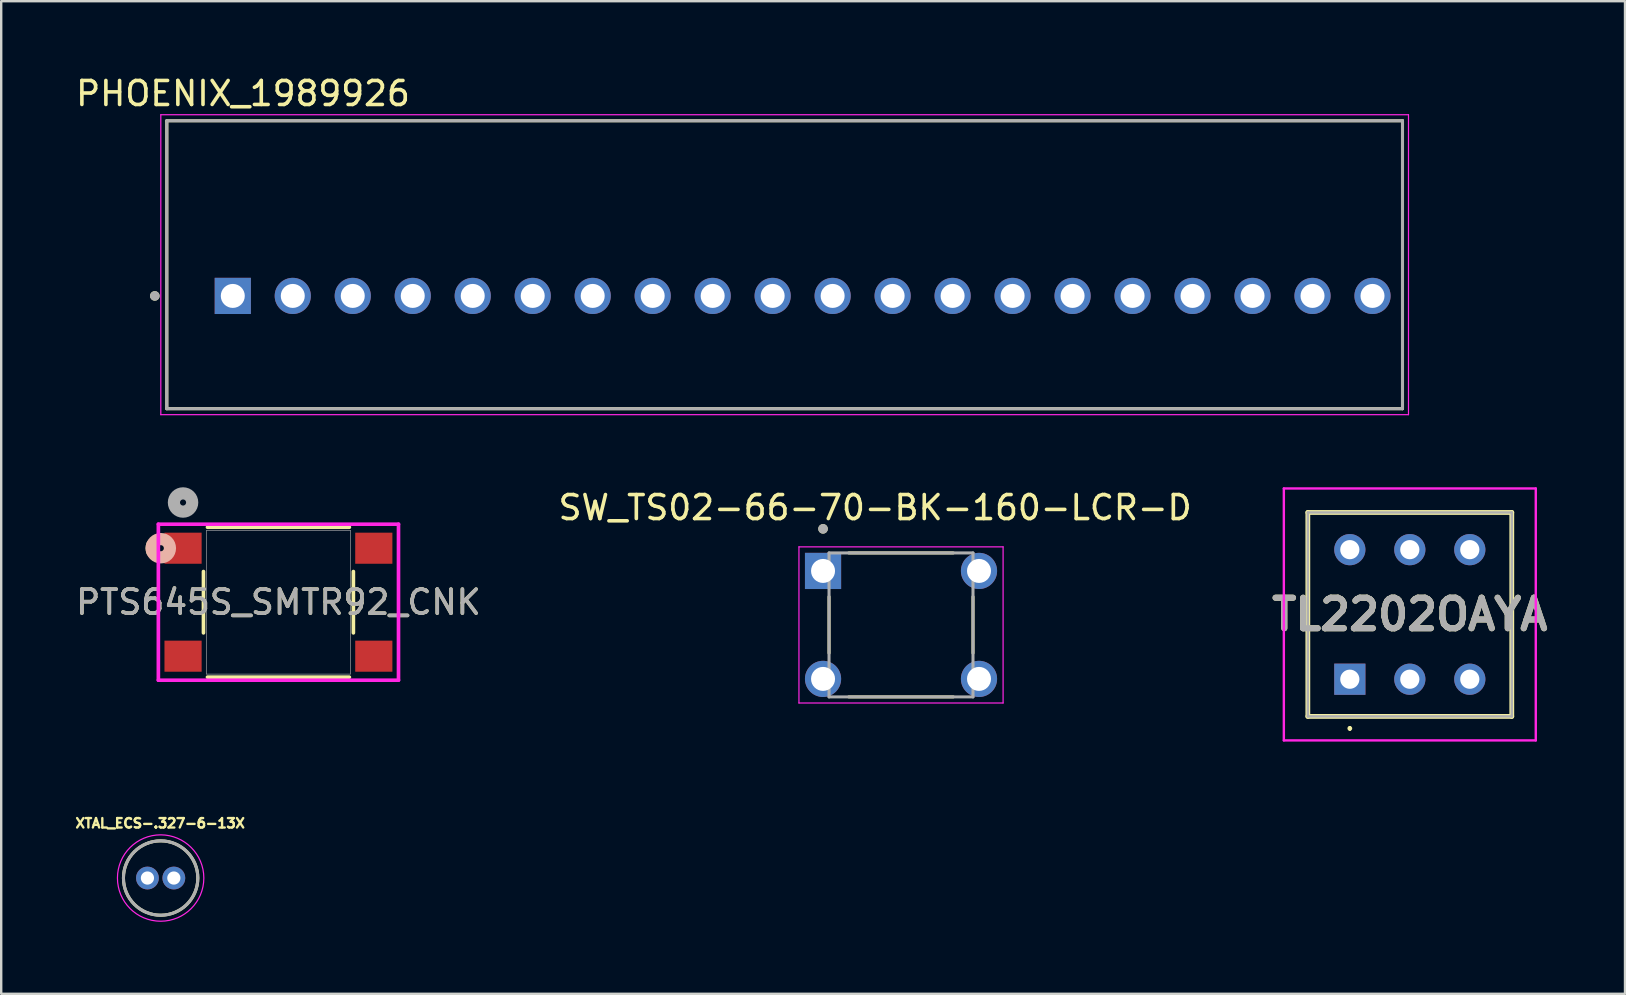
<source format=kicad_pcb>
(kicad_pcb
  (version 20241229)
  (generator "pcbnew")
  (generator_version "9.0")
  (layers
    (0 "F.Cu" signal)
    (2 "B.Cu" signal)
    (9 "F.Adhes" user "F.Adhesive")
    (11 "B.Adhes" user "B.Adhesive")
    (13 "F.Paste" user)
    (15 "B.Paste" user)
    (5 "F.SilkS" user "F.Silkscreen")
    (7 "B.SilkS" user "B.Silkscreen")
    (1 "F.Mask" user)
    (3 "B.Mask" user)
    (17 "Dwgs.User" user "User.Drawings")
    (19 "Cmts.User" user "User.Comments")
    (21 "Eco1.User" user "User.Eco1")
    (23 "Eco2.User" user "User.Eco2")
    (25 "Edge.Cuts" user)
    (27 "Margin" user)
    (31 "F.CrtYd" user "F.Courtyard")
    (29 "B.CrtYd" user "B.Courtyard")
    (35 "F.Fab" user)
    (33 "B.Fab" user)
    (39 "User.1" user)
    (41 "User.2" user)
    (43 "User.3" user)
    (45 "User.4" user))
  (footprint "PTS645S_SMTR92_CNK"
    (layer "F.Cu")
    (at 8.554 22.048)
    (property "Reference" "PTS645S_SMTR92_CNK" (at 0 0 0) (unlocked yes) (layer "F.SilkS") (effects (font (size 1 1) (thickness 0.15))))
    (attr smd)
    (fp_line (start -3.124 -1.278) (end -3.124 1.278) (stroke (width 0.152) (type solid)) (layer "F.SilkS"))
    (fp_line (start -2.957 3.124) (end 2.957 3.124) (stroke (width 0.152) (type solid)) (layer "F.SilkS"))
    (fp_line (start 2.957 -3.124) (end -2.957 -3.124) (stroke (width 0.152) (type solid)) (layer "F.SilkS"))
    (fp_line (start 3.124 1.278) (end 3.124 -1.278) (stroke (width 0.152) (type solid)) (layer "F.SilkS"))
    (fp_arc (start -5.260238 -2.119734) (mid -5.2832 -2.250001) (end -5.260238 -2.380268) (stroke (width 0.508) (type solid)) (layer "F.SilkS"))
    (fp_circle (center -4.902 -2.25) (end -4.521 -2.25) (stroke (width 0.508) (type solid)) (fill no) (layer "B.SilkS"))
    (fp_line (start -5.004 -3.251) (end -5.004 3.251) (stroke (width 0.152) (type solid)) (layer "F.CrtYd"))
    (fp_line (start -5.004 3.251) (end 5.004 3.251) (stroke (width 0.152) (type solid)) (layer "F.CrtYd"))
    (fp_line (start 5.004 -3.251) (end -5.004 -3.251) (stroke (width 0.152) (type solid)) (layer "F.CrtYd"))
    (fp_line (start 5.004 3.251) (end 5.004 -3.251) (stroke (width 0.152) (type solid)) (layer "F.CrtYd"))
    (fp_line (start -2.997 -2.997) (end -2.997 2.997) (stroke (width 0.025) (type solid)) (layer "F.Fab"))
    (fp_line (start -2.997 2.997) (end 2.997 2.997) (stroke (width 0.025) (type solid)) (layer "F.Fab"))
    (fp_line (start 2.997 -2.997) (end -2.997 -2.997) (stroke (width 0.025) (type solid)) (layer "F.Fab"))
    (fp_line (start 2.997 2.997) (end 2.997 -2.997) (stroke (width 0.025) (type solid)) (layer "F.Fab"))
    (fp_circle (center -3.975 -4.155) (end -3.594 -4.155) (stroke (width 0.508) (type solid)) (fill no) (layer "F.Fab"))
    (fp_text user "${REFERENCE}" (at 0 0 0) (unlocked yes) (layer "F.Fab") (effects (font (size 1 1) (thickness 0.15))))
    (pad "1" smd rect (at -3.975 -2.25) (size 1.549 1.295) (layers "F.Cu" "F.Mask" "F.Paste"))
    (pad "1" smd rect (at 3.975 -2.25) (size 1.549 1.295) (layers "F.Cu" "F.Mask" "F.Paste"))
    (pad "2" smd rect (at -3.975 2.25) (size 1.549 1.295) (layers "F.Cu" "F.Mask" "F.Paste"))
    (pad "2" smd rect (at 3.975 2.25) (size 1.549 1.295) (layers "F.Cu" "F.Mask" "F.Paste")))
  (footprint "TL2202OAYA"
    (layer "F.Cu")
    (at 55.707 22.558)
    (property "Reference" "TL2202OAYA" (at 0 0 0) (layer "F.SilkS") (effects (font (size 1.27 1.27) (thickness 0.254))))
    (attr through_hole)
    (fp_line (start -4.25 -4.25) (end 4.25 -4.25) (stroke (width 0.2) (type solid)) (layer "F.SilkS"))
    (fp_line (start -4.25 4.25) (end -4.25 -4.25) (stroke (width 0.2) (type solid)) (layer "F.SilkS"))
    (fp_line (start -2.5 4.7) (end -2.5 4.7) (stroke (width 0.1) (type solid)) (layer "F.SilkS"))
    (fp_line (start -2.5 4.8) (end -2.5 4.8) (stroke (width 0.1) (type solid)) (layer "F.SilkS"))
    (fp_line (start 4.25 -4.25) (end 4.25 4.25) (stroke (width 0.2) (type solid)) (layer "F.SilkS"))
    (fp_line (start 4.25 4.25) (end -4.25 4.25) (stroke (width 0.2) (type solid)) (layer "F.SilkS"))
    (fp_arc (start -2.5 4.7) (mid -2.45 4.75) (end -2.5 4.8) (stroke (width 0.1) (type solid)) (layer "F.SilkS"))
    (fp_arc (start -2.5 4.8) (mid -2.55 4.75) (end -2.5 4.7) (stroke (width 0.1) (type solid)) (layer "F.SilkS"))
    (fp_line (start -5.25 -5.25) (end 5.25 -5.25) (stroke (width 0.1) (type solid)) (layer "F.CrtYd"))
    (fp_line (start -5.25 5.25) (end -5.25 -5.25) (stroke (width 0.1) (type solid)) (layer "F.CrtYd"))
    (fp_line (start 5.25 -5.25) (end 5.25 5.25) (stroke (width 0.1) (type solid)) (layer "F.CrtYd"))
    (fp_line (start 5.25 5.25) (end -5.25 5.25) (stroke (width 0.1) (type solid)) (layer "F.CrtYd"))
    (fp_line (start -4.25 -4.25) (end 4.25 -4.25) (stroke (width 0.1) (type solid)) (layer "F.Fab"))
    (fp_line (start -4.25 4.25) (end -4.25 -4.25) (stroke (width 0.1) (type solid)) (layer "F.Fab"))
    (fp_line (start 4.25 -4.25) (end 4.25 4.25) (stroke (width 0.1) (type solid)) (layer "F.Fab"))
    (fp_line (start 4.25 4.25) (end -4.25 4.25) (stroke (width 0.1) (type solid)) (layer "F.Fab"))
    (fp_text user "${REFERENCE}" (at 0 0 0) (layer "F.Fab") (effects (font (size 1.27 1.27) (thickness 0.254))))
    (pad "1" thru_hole rect (at -2.5 2.7) (size 1.3 1.3) (drill 0.8) (layers "*.Cu" "*.Mask"))
    (pad "2" thru_hole circle (at 0 2.7) (size 1.3 1.3) (drill 0.8) (layers "*.Cu" "*.Mask"))
    (pad "3" thru_hole circle (at 2.5 2.7) (size 1.3 1.3) (drill 0.8) (layers "*.Cu" "*.Mask"))
    (pad "4" thru_hole circle (at -2.5 -2.7) (size 1.3 1.3) (drill 0.8) (layers "*.Cu" "*.Mask"))
    (pad "5" thru_hole circle (at 0 -2.7) (size 1.3 1.3) (drill 0.8) (layers "*.Cu" "*.Mask"))
    (pad "6" thru_hole circle (at 2.5 -2.7) (size 1.3 1.3) (drill 0.8) (layers "*.Cu" "*.Mask")))
  (footprint "PHOENIX_1989926"
    (layer "F.Cu")
    (at 3.902 13.983)
    (property "Reference" "PHOENIX_1989926" (at 3.175 -13.135 0) (layer "F.SilkS") (effects (font (size 1 1) (thickness 0.15))))
    (attr through_hole)
    (fp_line (start 0 -12) (end 0 0) (stroke (width 0.127) (type solid)) (layer "F.SilkS"))
    (fp_line (start 0 0) (end 51.5 0) (stroke (width 0.127) (type solid)) (layer "F.SilkS"))
    (fp_line (start 51.5 -12) (end 0 -12) (stroke (width 0.127) (type solid)) (layer "F.SilkS"))
    (fp_line (start 51.5 0) (end 51.5 -12) (stroke (width 0.127) (type solid)) (layer "F.SilkS"))
    (fp_circle (center -0.5 -4.7) (end -0.4 -4.7) (stroke (width 0.2) (type solid)) (fill no) (layer "F.SilkS"))
    (fp_line (start -0.25 -12.25) (end -0.25 0.25) (stroke (width 0.05) (type solid)) (layer "F.CrtYd"))
    (fp_line (start -0.25 0.25) (end 51.75 0.25) (stroke (width 0.05) (type solid)) (layer "F.CrtYd"))
    (fp_line (start 51.75 -12.25) (end -0.25 -12.25) (stroke (width 0.05) (type solid)) (layer "F.CrtYd"))
    (fp_line (start 51.75 0.25) (end 51.75 -12.25) (stroke (width 0.05) (type solid)) (layer "F.CrtYd"))
    (fp_line (start 0 -12) (end 0 0) (stroke (width 0.127) (type solid)) (layer "F.Fab"))
    (fp_line (start 0 0) (end 51.5 0) (stroke (width 0.127) (type solid)) (layer "F.Fab"))
    (fp_line (start 51.5 -12) (end 0 -12) (stroke (width 0.127) (type solid)) (layer "F.Fab"))
    (fp_line (start 51.5 0) (end 51.5 -12) (stroke (width 0.127) (type solid)) (layer "F.Fab"))
    (fp_circle (center -0.5 -4.7) (end -0.4 -4.7) (stroke (width 0.2) (type solid)) (fill no) (layer "F.Fab"))
    (pad "1" thru_hole rect (at 2.75 -4.7) (size 1.508 1.508) (drill 1) (layers "*.Cu" "*.Mask"))
    (pad "2" thru_hole circle (at 5.25 -4.7) (size 1.508 1.508) (drill 1) (layers "*.Cu" "*.Mask"))
    (pad "3" thru_hole circle (at 7.75 -4.7) (size 1.508 1.508) (drill 1) (layers "*.Cu" "*.Mask"))
    (pad "4" thru_hole circle (at 10.25 -4.7) (size 1.508 1.508) (drill 1) (layers "*.Cu" "*.Mask"))
    (pad "5" thru_hole circle (at 12.75 -4.7) (size 1.508 1.508) (drill 1) (layers "*.Cu" "*.Mask"))
    (pad "6" thru_hole circle (at 15.25 -4.7) (size 1.508 1.508) (drill 1) (layers "*.Cu" "*.Mask"))
    (pad "7" thru_hole circle (at 17.75 -4.7) (size 1.508 1.508) (drill 1) (layers "*.Cu" "*.Mask"))
    (pad "8" thru_hole circle (at 20.25 -4.7) (size 1.508 1.508) (drill 1) (layers "*.Cu" "*.Mask"))
    (pad "9" thru_hole circle (at 22.75 -4.7) (size 1.508 1.508) (drill 1) (layers "*.Cu" "*.Mask"))
    (pad "10" thru_hole circle (at 25.25 -4.7) (size 1.508 1.508) (drill 1) (layers "*.Cu" "*.Mask"))
    (pad "11" thru_hole circle (at 27.75 -4.7) (size 1.508 1.508) (drill 1) (layers "*.Cu" "*.Mask"))
    (pad "12" thru_hole circle (at 30.25 -4.7) (size 1.508 1.508) (drill 1) (layers "*.Cu" "*.Mask"))
    (pad "13" thru_hole circle (at 32.75 -4.7) (size 1.508 1.508) (drill 1) (layers "*.Cu" "*.Mask"))
    (pad "14" thru_hole circle (at 35.25 -4.7) (size 1.508 1.508) (drill 1) (layers "*.Cu" "*.Mask"))
    (pad "15" thru_hole circle (at 37.75 -4.7) (size 1.508 1.508) (drill 1) (layers "*.Cu" "*.Mask"))
    (pad "16" thru_hole circle (at 40.25 -4.7) (size 1.508 1.508) (drill 1) (layers "*.Cu" "*.Mask"))
    (pad "17" thru_hole circle (at 42.75 -4.7) (size 1.508 1.508) (drill 1) (layers "*.Cu" "*.Mask"))
    (pad "18" thru_hole circle (at 45.25 -4.7) (size 1.508 1.508) (drill 1) (layers "*.Cu" "*.Mask"))
    (pad "19" thru_hole circle (at 47.75 -4.7) (size 1.508 1.508) (drill 1) (layers "*.Cu" "*.Mask"))
    (pad "20" thru_hole circle (at 50.25 -4.7) (size 1.508 1.508) (drill 1) (layers "*.Cu" "*.Mask")))
  (footprint "SW_TS02-66-70-BK-160-LCR-D"
    (layer "F.Cu")
    (at 34.502 22.995)
    (property "Reference" "SW_TS02-66-70-BK-160-LCR-D" (at -1.079 -4.889 0) (layer "F.SilkS") (effects (font (size 1 1) (thickness 0.15))))
    (attr through_hole)
    (fp_line (start -3 -1.176) (end -3 1.176) (stroke (width 0.127) (type solid)) (layer "F.SilkS"))
    (fp_line (start -2.176 -3) (end 2.176 -3) (stroke (width 0.127) (type solid)) (layer "F.SilkS"))
    (fp_line (start -2.176 3) (end 2.176 3) (stroke (width 0.127) (type solid)) (layer "F.SilkS"))
    (fp_line (start 3 -1.176) (end 3 1.176) (stroke (width 0.127) (type solid)) (layer "F.SilkS"))
    (fp_circle (center -3.25 -4.004) (end -3.15 -4.004) (stroke (width 0.2) (type solid)) (fill no) (layer "F.SilkS"))
    (fp_line (start -4.254 -3.254) (end -4.254 3.254) (stroke (width 0.05) (type solid)) (layer "F.CrtYd"))
    (fp_line (start -4.254 3.254) (end 4.254 3.254) (stroke (width 0.05) (type solid)) (layer "F.CrtYd"))
    (fp_line (start 4.254 -3.254) (end -4.254 -3.254) (stroke (width 0.05) (type solid)) (layer "F.CrtYd"))
    (fp_line (start 4.254 3.254) (end 4.254 -3.254) (stroke (width 0.05) (type solid)) (layer "F.CrtYd"))
    (fp_line (start -3 -3) (end 3 -3) (stroke (width 0.127) (type solid)) (layer "F.Fab"))
    (fp_line (start -3 3) (end -3 -3) (stroke (width 0.127) (type solid)) (layer "F.Fab"))
    (fp_line (start 3 -3) (end 3 3) (stroke (width 0.127) (type solid)) (layer "F.Fab"))
    (fp_line (start 3 3) (end -3 3) (stroke (width 0.127) (type solid)) (layer "F.Fab"))
    (fp_circle (center -3.25 -4.004) (end -3.15 -4.004) (stroke (width 0.2) (type solid)) (fill no) (layer "F.Fab"))
    (pad "1" thru_hole rect (at -3.25 -2.25) (size 1.508 1.508) (drill 1) (layers "*.Cu" "*.Mask"))
    (pad "2" thru_hole circle (at 3.25 -2.25) (size 1.508 1.508) (drill 1) (layers "*.Cu" "*.Mask"))
    (pad "3" thru_hole circle (at -3.25 2.25) (size 1.508 1.508) (drill 1) (layers "*.Cu" "*.Mask"))
    (pad "4" thru_hole circle (at 3.25 2.25) (size 1.508 1.508) (drill 1) (layers "*.Cu" "*.Mask")))
  (footprint "XTAL_ECS-.327-6-13X"
    (layer "F.Cu")
    (at 3.645 33.544)
    (property "Reference" "XTAL_ECS-.327-6-13X" (at -0.02 -2.283 0) (layer "F.SilkS") (effects (font (size 0.394 0.394) (thickness 0.15))))
    (attr through_hole)
    (fp_circle (center 0 0) (end 1.55 0) (stroke (width 0.127) (type solid)) (fill no) (layer "F.SilkS"))
    (fp_circle (center 0 0) (end 1.8 0) (stroke (width 0.05) (type solid)) (fill no) (layer "F.CrtYd"))
    (fp_circle (center 0 0) (end 1.55 0) (stroke (width 0.127) (type solid)) (fill no) (layer "F.Fab"))
    (pad "1" thru_hole circle (at -0.55 0) (size 0.95 0.95) (drill 0.55) (layers "*.Cu" "*.Mask"))
    (pad "2" thru_hole circle (at 0.55 0) (size 0.95 0.95) (drill 0.55) (layers "*.Cu" "*.Mask")))
  (gr_rect
    (start -3 -3)
    (end 64.676 38.369)
    (stroke (width 0.1) (type default))
    (fill no)
    (layer "Edge.Cuts")))
</source>
